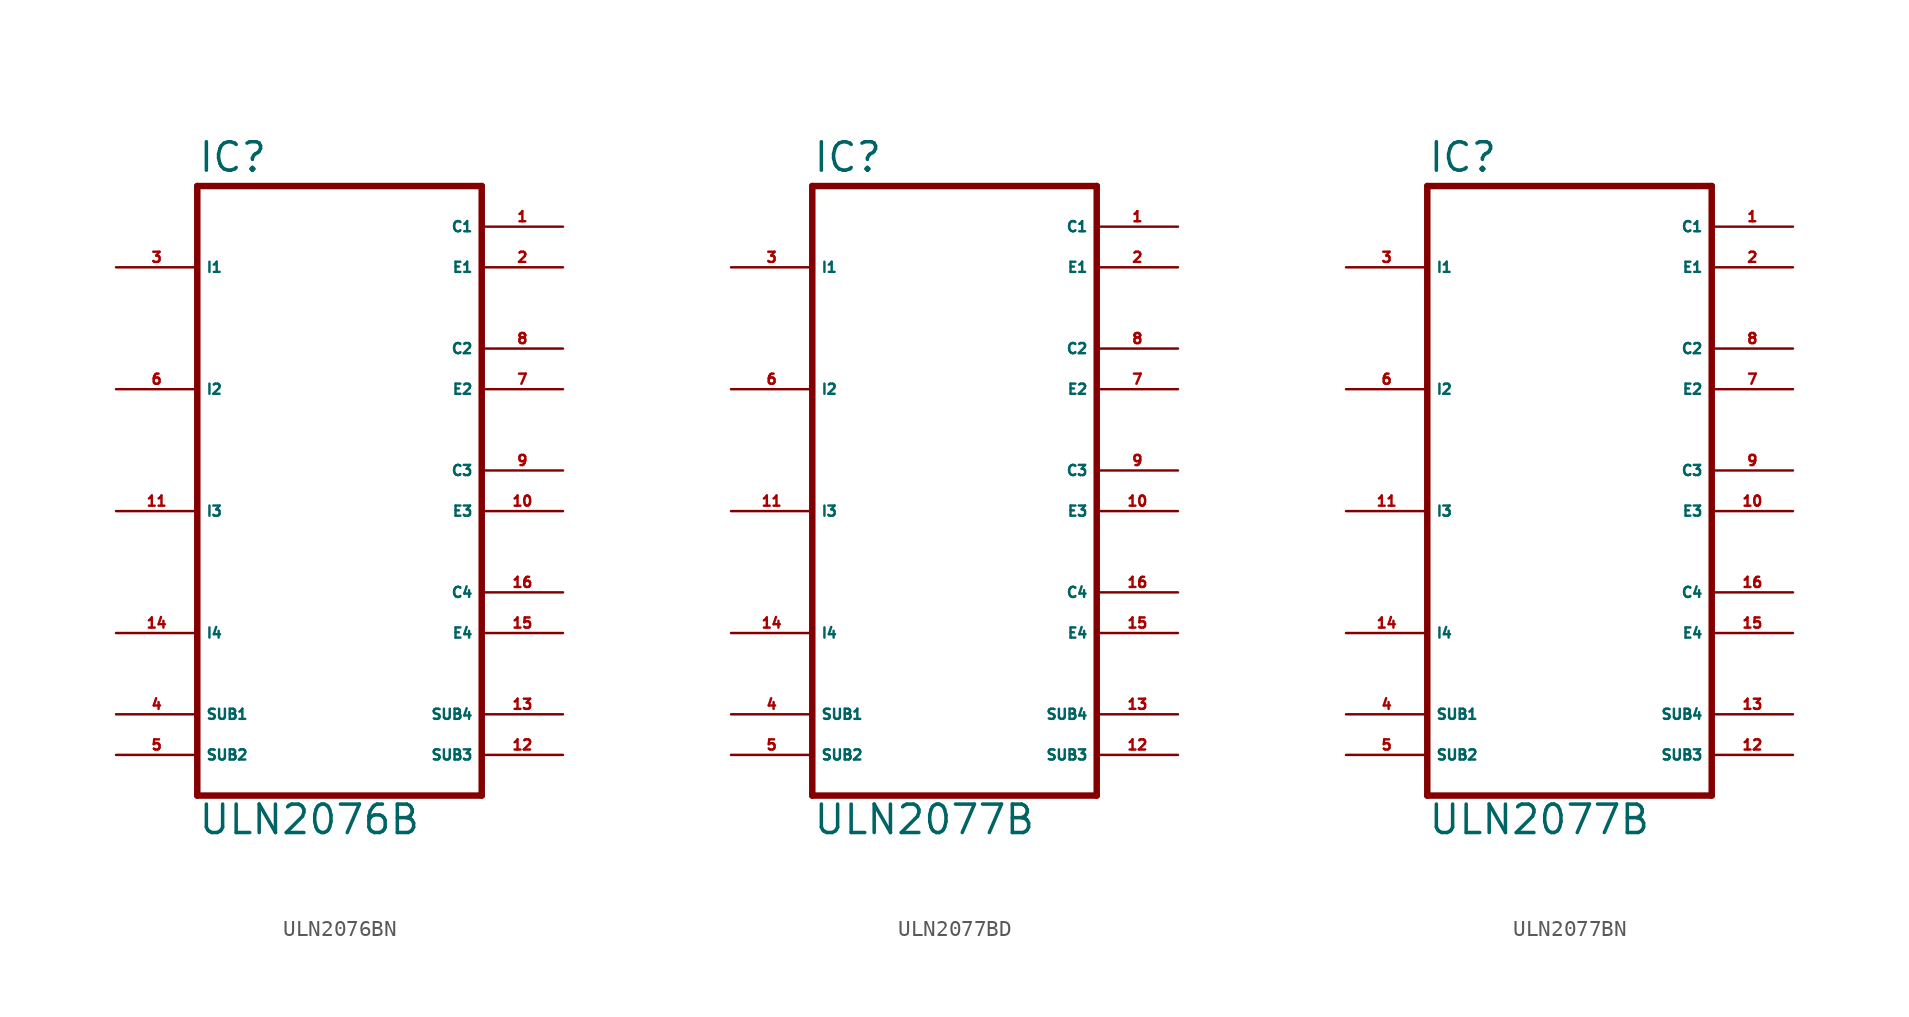
<source format=kicad_sym>
(kicad_symbol_lib
  (version 20220914)
  (generator Eagle2Kicad)
  (symbol "ULN2076BN"
    (property "Reference" "IC"
      (at -7.62 18.542 0)
      (effects (font (size 1.778 1.778) (thickness 0.22)) (justify left bottom)))
    (property "Value" "ULN2076B"
      (at -7.62 -22.86 0)
      (effects (font (size 1.778 1.778) (thickness 0.22)) (justify left bottom)))
    (polyline
      (pts (xy -7.62 17.78) (xy 10.16 17.78))
      (stroke (width 0.406) (type default))
      (fill (type none)))
    (polyline
      (pts (xy 10.16 -20.32) (xy 10.16 17.78))
      (stroke (width 0.406) (type default))
      (fill (type none)))
    (polyline
      (pts (xy 10.16 -20.32) (xy -7.62 -20.32))
      (stroke (width 0.406) (type default))
      (fill (type none)))
    (polyline
      (pts (xy -7.62 17.78) (xy -7.62 -20.32))
      (stroke (width 0.406) (type default))
      (fill (type none)))
    (pin input line
      (at -12.7 12.7 0)
      (length 5.08)
      (name "I1" (effects (font (size 0.635 0.635) (thickness 0.08)) (justify left bottom)))
      (number "3" (effects (font (size 0.635 0.635) (thickness 0.08)) (justify left bottom))))
    (pin input line
      (at -12.7 5.08 0)
      (length 5.08)
      (name "I2" (effects (font (size 0.635 0.635) (thickness 0.08)) (justify left bottom)))
      (number "6" (effects (font (size 0.635 0.635) (thickness 0.08)) (justify left bottom))))
    (pin input line
      (at -12.7 -2.54 0)
      (length 5.08)
      (name "I3" (effects (font (size 0.635 0.635) (thickness 0.08)) (justify left bottom)))
      (number "11" (effects (font (size 0.635 0.635) (thickness 0.08)) (justify left bottom))))
    (pin input line
      (at -12.7 -10.16 0)
      (length 5.08)
      (name "I4" (effects (font (size 0.635 0.635) (thickness 0.08)) (justify left bottom)))
      (number "14" (effects (font (size 0.635 0.635) (thickness 0.08)) (justify left bottom))))
    (pin open_collector line
      (at 15.24 15.24 180)
      (length 5.08)
      (name "C1" (effects (font (size 0.635 0.635) (thickness 0.08)) (justify left bottom)))
      (number "1" (effects (font (size 0.635 0.635) (thickness 0.08)) (justify left bottom))))
    (pin open_collector line
      (at 15.24 5.08 180)
      (length 5.08)
      (name "E2" (effects (font (size 0.635 0.635) (thickness 0.08)) (justify left bottom)))
      (number "7" (effects (font (size 0.635 0.635) (thickness 0.08)) (justify left bottom))))
    (pin open_collector line
      (at 15.24 -2.54 180)
      (length 5.08)
      (name "E3" (effects (font (size 0.635 0.635) (thickness 0.08)) (justify left bottom)))
      (number "10" (effects (font (size 0.635 0.635) (thickness 0.08)) (justify left bottom))))
    (pin open_collector line
      (at 15.24 -10.16 180)
      (length 5.08)
      (name "E4" (effects (font (size 0.635 0.635) (thickness 0.08)) (justify left bottom)))
      (number "15" (effects (font (size 0.635 0.635) (thickness 0.08)) (justify left bottom))))
    (pin passive line
      (at -12.7 -17.78 0)
      (length 5.08)
      (name "SUB2" (effects (font (size 0.635 0.635) (thickness 0.08)) (justify left bottom)))
      (number "5" (effects (font (size 0.635 0.635) (thickness 0.08)) (justify left bottom))))
    (pin passive line
      (at 15.24 -15.24 180)
      (length 5.08)
      (name "SUB4" (effects (font (size 0.635 0.635) (thickness 0.08)) (justify left bottom)))
      (number "13" (effects (font (size 0.635 0.635) (thickness 0.08)) (justify left bottom))))
    (pin passive line
      (at -12.7 -15.24 0)
      (length 5.08)
      (name "SUB1" (effects (font (size 0.635 0.635) (thickness 0.08)) (justify left bottom)))
      (number "4" (effects (font (size 0.635 0.635) (thickness 0.08)) (justify left bottom))))
    (pin passive line
      (at 15.24 -17.78 180)
      (length 5.08)
      (name "SUB3" (effects (font (size 0.635 0.635) (thickness 0.08)) (justify left bottom)))
      (number "12" (effects (font (size 0.635 0.635) (thickness 0.08)) (justify left bottom))))
    (pin open_collector line
      (at 15.24 12.7 180)
      (length 5.08)
      (name "E1" (effects (font (size 0.635 0.635) (thickness 0.08)) (justify left bottom)))
      (number "2" (effects (font (size 0.635 0.635) (thickness 0.08)) (justify left bottom))))
    (pin open_collector line
      (at 15.24 7.62 180)
      (length 5.08)
      (name "C2" (effects (font (size 0.635 0.635) (thickness 0.08)) (justify left bottom)))
      (number "8" (effects (font (size 0.635 0.635) (thickness 0.08)) (justify left bottom))))
    (pin open_collector line
      (at 15.24 0 180)
      (length 5.08)
      (name "C3" (effects (font (size 0.635 0.635) (thickness 0.08)) (justify left bottom)))
      (number "9" (effects (font (size 0.635 0.635) (thickness 0.08)) (justify left bottom))))
    (pin open_collector line
      (at 15.24 -7.62 180)
      (length 5.08)
      (name "C4" (effects (font (size 0.635 0.635) (thickness 0.08)) (justify left bottom)))
      (number "16" (effects (font (size 0.635 0.635) (thickness 0.08)) (justify left bottom)))))
  (symbol "ULN2077BD"
    (property "Reference" "IC"
      (at -7.62 18.542 0)
      (effects (font (size 1.778 1.778) (thickness 0.22)) (justify left bottom)))
    (property "Value" "ULN2077B"
      (at -7.62 -22.86 0)
      (effects (font (size 1.778 1.778) (thickness 0.22)) (justify left bottom)))
    (polyline
      (pts (xy -7.62 17.78) (xy 10.16 17.78))
      (stroke (width 0.406) (type default))
      (fill (type none)))
    (polyline
      (pts (xy 10.16 -20.32) (xy 10.16 17.78))
      (stroke (width 0.406) (type default))
      (fill (type none)))
    (polyline
      (pts (xy 10.16 -20.32) (xy -7.62 -20.32))
      (stroke (width 0.406) (type default))
      (fill (type none)))
    (polyline
      (pts (xy -7.62 17.78) (xy -7.62 -20.32))
      (stroke (width 0.406) (type default))
      (fill (type none)))
    (pin input line
      (at -12.7 12.7 0)
      (length 5.08)
      (name "I1" (effects (font (size 0.635 0.635) (thickness 0.08)) (justify left bottom)))
      (number "3" (effects (font (size 0.635 0.635) (thickness 0.08)) (justify left bottom))))
    (pin input line
      (at -12.7 5.08 0)
      (length 5.08)
      (name "I2" (effects (font (size 0.635 0.635) (thickness 0.08)) (justify left bottom)))
      (number "6" (effects (font (size 0.635 0.635) (thickness 0.08)) (justify left bottom))))
    (pin input line
      (at -12.7 -2.54 0)
      (length 5.08)
      (name "I3" (effects (font (size 0.635 0.635) (thickness 0.08)) (justify left bottom)))
      (number "11" (effects (font (size 0.635 0.635) (thickness 0.08)) (justify left bottom))))
    (pin input line
      (at -12.7 -10.16 0)
      (length 5.08)
      (name "I4" (effects (font (size 0.635 0.635) (thickness 0.08)) (justify left bottom)))
      (number "14" (effects (font (size 0.635 0.635) (thickness 0.08)) (justify left bottom))))
    (pin open_collector line
      (at 15.24 15.24 180)
      (length 5.08)
      (name "C1" (effects (font (size 0.635 0.635) (thickness 0.08)) (justify left bottom)))
      (number "1" (effects (font (size 0.635 0.635) (thickness 0.08)) (justify left bottom))))
    (pin open_collector line
      (at 15.24 5.08 180)
      (length 5.08)
      (name "E2" (effects (font (size 0.635 0.635) (thickness 0.08)) (justify left bottom)))
      (number "7" (effects (font (size 0.635 0.635) (thickness 0.08)) (justify left bottom))))
    (pin open_collector line
      (at 15.24 -2.54 180)
      (length 5.08)
      (name "E3" (effects (font (size 0.635 0.635) (thickness 0.08)) (justify left bottom)))
      (number "10" (effects (font (size 0.635 0.635) (thickness 0.08)) (justify left bottom))))
    (pin open_collector line
      (at 15.24 -10.16 180)
      (length 5.08)
      (name "E4" (effects (font (size 0.635 0.635) (thickness 0.08)) (justify left bottom)))
      (number "15" (effects (font (size 0.635 0.635) (thickness 0.08)) (justify left bottom))))
    (pin passive line
      (at -12.7 -17.78 0)
      (length 5.08)
      (name "SUB2" (effects (font (size 0.635 0.635) (thickness 0.08)) (justify left bottom)))
      (number "5" (effects (font (size 0.635 0.635) (thickness 0.08)) (justify left bottom))))
    (pin passive line
      (at 15.24 -15.24 180)
      (length 5.08)
      (name "SUB4" (effects (font (size 0.635 0.635) (thickness 0.08)) (justify left bottom)))
      (number "13" (effects (font (size 0.635 0.635) (thickness 0.08)) (justify left bottom))))
    (pin passive line
      (at -12.7 -15.24 0)
      (length 5.08)
      (name "SUB1" (effects (font (size 0.635 0.635) (thickness 0.08)) (justify left bottom)))
      (number "4" (effects (font (size 0.635 0.635) (thickness 0.08)) (justify left bottom))))
    (pin passive line
      (at 15.24 -17.78 180)
      (length 5.08)
      (name "SUB3" (effects (font (size 0.635 0.635) (thickness 0.08)) (justify left bottom)))
      (number "12" (effects (font (size 0.635 0.635) (thickness 0.08)) (justify left bottom))))
    (pin open_collector line
      (at 15.24 12.7 180)
      (length 5.08)
      (name "E1" (effects (font (size 0.635 0.635) (thickness 0.08)) (justify left bottom)))
      (number "2" (effects (font (size 0.635 0.635) (thickness 0.08)) (justify left bottom))))
    (pin open_collector line
      (at 15.24 7.62 180)
      (length 5.08)
      (name "C2" (effects (font (size 0.635 0.635) (thickness 0.08)) (justify left bottom)))
      (number "8" (effects (font (size 0.635 0.635) (thickness 0.08)) (justify left bottom))))
    (pin open_collector line
      (at 15.24 0 180)
      (length 5.08)
      (name "C3" (effects (font (size 0.635 0.635) (thickness 0.08)) (justify left bottom)))
      (number "9" (effects (font (size 0.635 0.635) (thickness 0.08)) (justify left bottom))))
    (pin open_collector line
      (at 15.24 -7.62 180)
      (length 5.08)
      (name "C4" (effects (font (size 0.635 0.635) (thickness 0.08)) (justify left bottom)))
      (number "16" (effects (font (size 0.635 0.635) (thickness 0.08)) (justify left bottom)))))
  (symbol "ULN2077BN"
    (property "Reference" "IC"
      (at -7.62 18.542 0)
      (effects (font (size 1.778 1.778) (thickness 0.22)) (justify left bottom)))
    (property "Value" "ULN2077B"
      (at -7.62 -22.86 0)
      (effects (font (size 1.778 1.778) (thickness 0.22)) (justify left bottom)))
    (polyline
      (pts (xy -7.62 17.78) (xy 10.16 17.78))
      (stroke (width 0.406) (type default))
      (fill (type none)))
    (polyline
      (pts (xy 10.16 -20.32) (xy 10.16 17.78))
      (stroke (width 0.406) (type default))
      (fill (type none)))
    (polyline
      (pts (xy 10.16 -20.32) (xy -7.62 -20.32))
      (stroke (width 0.406) (type default))
      (fill (type none)))
    (polyline
      (pts (xy -7.62 17.78) (xy -7.62 -20.32))
      (stroke (width 0.406) (type default))
      (fill (type none)))
    (pin input line
      (at -12.7 12.7 0)
      (length 5.08)
      (name "I1" (effects (font (size 0.635 0.635) (thickness 0.08)) (justify left bottom)))
      (number "3" (effects (font (size 0.635 0.635) (thickness 0.08)) (justify left bottom))))
    (pin input line
      (at -12.7 5.08 0)
      (length 5.08)
      (name "I2" (effects (font (size 0.635 0.635) (thickness 0.08)) (justify left bottom)))
      (number "6" (effects (font (size 0.635 0.635) (thickness 0.08)) (justify left bottom))))
    (pin input line
      (at -12.7 -2.54 0)
      (length 5.08)
      (name "I3" (effects (font (size 0.635 0.635) (thickness 0.08)) (justify left bottom)))
      (number "11" (effects (font (size 0.635 0.635) (thickness 0.08)) (justify left bottom))))
    (pin input line
      (at -12.7 -10.16 0)
      (length 5.08)
      (name "I4" (effects (font (size 0.635 0.635) (thickness 0.08)) (justify left bottom)))
      (number "14" (effects (font (size 0.635 0.635) (thickness 0.08)) (justify left bottom))))
    (pin open_collector line
      (at 15.24 15.24 180)
      (length 5.08)
      (name "C1" (effects (font (size 0.635 0.635) (thickness 0.08)) (justify left bottom)))
      (number "1" (effects (font (size 0.635 0.635) (thickness 0.08)) (justify left bottom))))
    (pin open_collector line
      (at 15.24 5.08 180)
      (length 5.08)
      (name "E2" (effects (font (size 0.635 0.635) (thickness 0.08)) (justify left bottom)))
      (number "7" (effects (font (size 0.635 0.635) (thickness 0.08)) (justify left bottom))))
    (pin open_collector line
      (at 15.24 -2.54 180)
      (length 5.08)
      (name "E3" (effects (font (size 0.635 0.635) (thickness 0.08)) (justify left bottom)))
      (number "10" (effects (font (size 0.635 0.635) (thickness 0.08)) (justify left bottom))))
    (pin open_collector line
      (at 15.24 -10.16 180)
      (length 5.08)
      (name "E4" (effects (font (size 0.635 0.635) (thickness 0.08)) (justify left bottom)))
      (number "15" (effects (font (size 0.635 0.635) (thickness 0.08)) (justify left bottom))))
    (pin passive line
      (at -12.7 -17.78 0)
      (length 5.08)
      (name "SUB2" (effects (font (size 0.635 0.635) (thickness 0.08)) (justify left bottom)))
      (number "5" (effects (font (size 0.635 0.635) (thickness 0.08)) (justify left bottom))))
    (pin passive line
      (at 15.24 -15.24 180)
      (length 5.08)
      (name "SUB4" (effects (font (size 0.635 0.635) (thickness 0.08)) (justify left bottom)))
      (number "13" (effects (font (size 0.635 0.635) (thickness 0.08)) (justify left bottom))))
    (pin passive line
      (at -12.7 -15.24 0)
      (length 5.08)
      (name "SUB1" (effects (font (size 0.635 0.635) (thickness 0.08)) (justify left bottom)))
      (number "4" (effects (font (size 0.635 0.635) (thickness 0.08)) (justify left bottom))))
    (pin passive line
      (at 15.24 -17.78 180)
      (length 5.08)
      (name "SUB3" (effects (font (size 0.635 0.635) (thickness 0.08)) (justify left bottom)))
      (number "12" (effects (font (size 0.635 0.635) (thickness 0.08)) (justify left bottom))))
    (pin open_collector line
      (at 15.24 12.7 180)
      (length 5.08)
      (name "E1" (effects (font (size 0.635 0.635) (thickness 0.08)) (justify left bottom)))
      (number "2" (effects (font (size 0.635 0.635) (thickness 0.08)) (justify left bottom))))
    (pin open_collector line
      (at 15.24 7.62 180)
      (length 5.08)
      (name "C2" (effects (font (size 0.635 0.635) (thickness 0.08)) (justify left bottom)))
      (number "8" (effects (font (size 0.635 0.635) (thickness 0.08)) (justify left bottom))))
    (pin open_collector line
      (at 15.24 0 180)
      (length 5.08)
      (name "C3" (effects (font (size 0.635 0.635) (thickness 0.08)) (justify left bottom)))
      (number "9" (effects (font (size 0.635 0.635) (thickness 0.08)) (justify left bottom))))
    (pin open_collector line
      (at 15.24 -7.62 180)
      (length 5.08)
      (name "C4" (effects (font (size 0.635 0.635) (thickness 0.08)) (justify left bottom)))
      (number "16" (effects (font (size 0.635 0.635) (thickness 0.08)) (justify left bottom))))))
</source>
